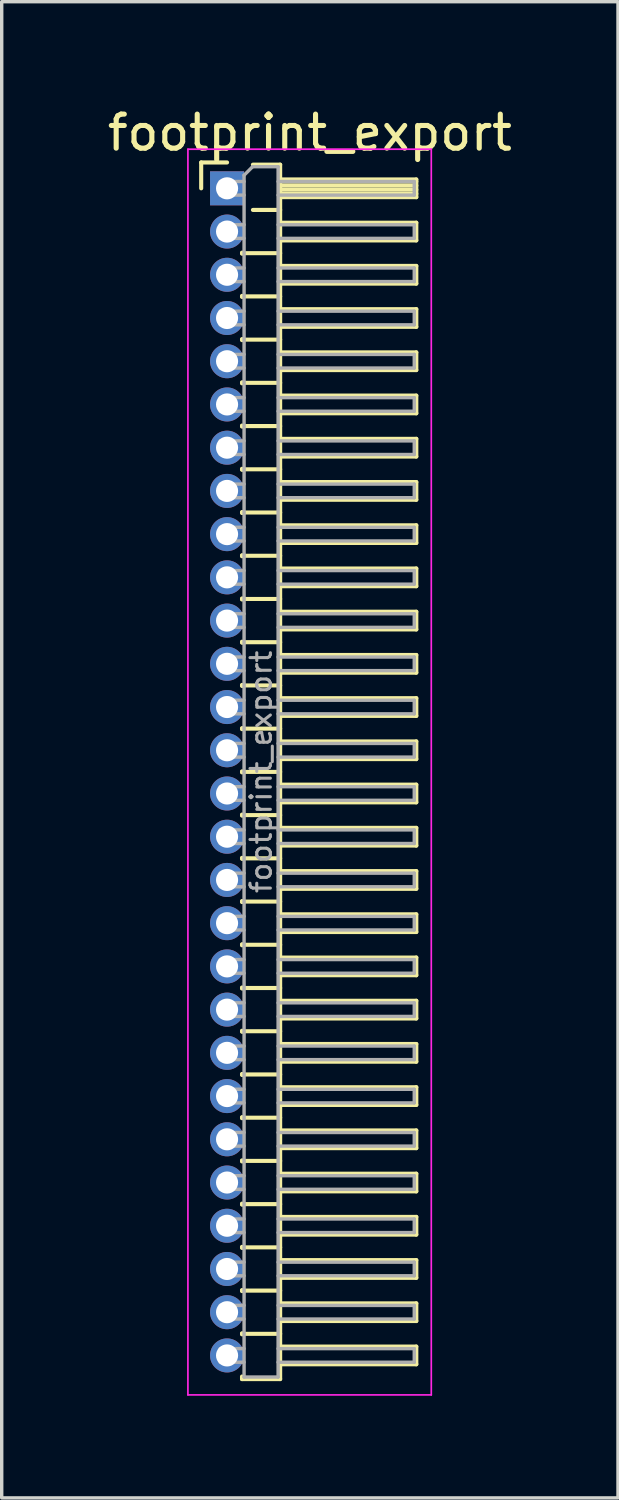
<source format=kicad_pcb>
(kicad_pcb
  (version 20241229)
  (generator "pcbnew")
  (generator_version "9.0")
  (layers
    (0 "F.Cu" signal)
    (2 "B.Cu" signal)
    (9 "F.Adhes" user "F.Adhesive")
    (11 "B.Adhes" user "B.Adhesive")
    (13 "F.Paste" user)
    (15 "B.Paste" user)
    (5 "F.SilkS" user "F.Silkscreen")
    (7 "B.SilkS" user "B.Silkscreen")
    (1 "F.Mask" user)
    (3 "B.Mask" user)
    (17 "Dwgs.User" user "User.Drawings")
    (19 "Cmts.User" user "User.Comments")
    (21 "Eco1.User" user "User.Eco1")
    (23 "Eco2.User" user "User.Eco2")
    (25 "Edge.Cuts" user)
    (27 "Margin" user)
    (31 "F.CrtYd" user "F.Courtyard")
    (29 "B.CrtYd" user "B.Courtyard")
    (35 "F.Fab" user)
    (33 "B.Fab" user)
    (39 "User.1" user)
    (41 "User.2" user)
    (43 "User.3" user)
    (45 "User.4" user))
  (footprint "footprint_export"
    (layer "F.Cu")
    (at 3.621 2.483)
    (property "Reference" "footprint_export" (at 2.433 -1.635 0) (layer "F.SilkS") (effects (font (size 1 1) (thickness 0.15))))
    (attr through_hole)
    (fp_line (start -0.76 -0.76) (end 0 -0.76) (stroke (width 0.12) (type solid)) (layer "F.SilkS"))
    (fp_line (start -0.76 0) (end -0.76 -0.76) (stroke (width 0.12) (type solid)) (layer "F.SilkS"))
    (fp_line (start 0.44 1.89) (end 0.44 1.92) (stroke (width 0.12) (type solid)) (layer "F.SilkS"))
    (fp_line (start 0.44 1.905) (end 1.56 1.905) (stroke (width 0.12) (type solid)) (layer "F.SilkS"))
    (fp_line (start 0.44 3.16) (end 0.44 3.19) (stroke (width 0.12) (type solid)) (layer "F.SilkS"))
    (fp_line (start 0.44 3.175) (end 1.56 3.175) (stroke (width 0.12) (type solid)) (layer "F.SilkS"))
    (fp_line (start 0.44 4.43) (end 0.44 4.46) (stroke (width 0.12) (type solid)) (layer "F.SilkS"))
    (fp_line (start 0.44 4.445) (end 1.56 4.445) (stroke (width 0.12) (type solid)) (layer "F.SilkS"))
    (fp_line (start 0.44 5.7) (end 0.44 5.73) (stroke (width 0.12) (type solid)) (layer "F.SilkS"))
    (fp_line (start 0.44 5.715) (end 1.56 5.715) (stroke (width 0.12) (type solid)) (layer "F.SilkS"))
    (fp_line (start 0.44 6.97) (end 0.44 7) (stroke (width 0.12) (type solid)) (layer "F.SilkS"))
    (fp_line (start 0.44 6.985) (end 1.56 6.985) (stroke (width 0.12) (type solid)) (layer "F.SilkS"))
    (fp_line (start 0.44 8.24) (end 0.44 8.27) (stroke (width 0.12) (type solid)) (layer "F.SilkS"))
    (fp_line (start 0.44 8.255) (end 1.56 8.255) (stroke (width 0.12) (type solid)) (layer "F.SilkS"))
    (fp_line (start 0.44 9.51) (end 0.44 9.54) (stroke (width 0.12) (type solid)) (layer "F.SilkS"))
    (fp_line (start 0.44 9.525) (end 1.56 9.525) (stroke (width 0.12) (type solid)) (layer "F.SilkS"))
    (fp_line (start 0.44 10.78) (end 0.44 10.81) (stroke (width 0.12) (type solid)) (layer "F.SilkS"))
    (fp_line (start 0.44 10.795) (end 1.56 10.795) (stroke (width 0.12) (type solid)) (layer "F.SilkS"))
    (fp_line (start 0.44 12.05) (end 0.44 12.08) (stroke (width 0.12) (type solid)) (layer "F.SilkS"))
    (fp_line (start 0.44 12.065) (end 1.56 12.065) (stroke (width 0.12) (type solid)) (layer "F.SilkS"))
    (fp_line (start 0.44 13.32) (end 0.44 13.35) (stroke (width 0.12) (type solid)) (layer "F.SilkS"))
    (fp_line (start 0.44 13.335) (end 1.56 13.335) (stroke (width 0.12) (type solid)) (layer "F.SilkS"))
    (fp_line (start 0.44 14.59) (end 0.44 14.62) (stroke (width 0.12) (type solid)) (layer "F.SilkS"))
    (fp_line (start 0.44 14.605) (end 1.56 14.605) (stroke (width 0.12) (type solid)) (layer "F.SilkS"))
    (fp_line (start 0.44 15.86) (end 0.44 15.89) (stroke (width 0.12) (type solid)) (layer "F.SilkS"))
    (fp_line (start 0.44 15.875) (end 1.56 15.875) (stroke (width 0.12) (type solid)) (layer "F.SilkS"))
    (fp_line (start 0.44 17.13) (end 0.44 17.16) (stroke (width 0.12) (type solid)) (layer "F.SilkS"))
    (fp_line (start 0.44 17.145) (end 1.56 17.145) (stroke (width 0.12) (type solid)) (layer "F.SilkS"))
    (fp_line (start 0.44 18.4) (end 0.44 18.43) (stroke (width 0.12) (type solid)) (layer "F.SilkS"))
    (fp_line (start 0.44 18.415) (end 1.56 18.415) (stroke (width 0.12) (type solid)) (layer "F.SilkS"))
    (fp_line (start 0.44 19.67) (end 0.44 19.7) (stroke (width 0.12) (type solid)) (layer "F.SilkS"))
    (fp_line (start 0.44 19.685) (end 1.56 19.685) (stroke (width 0.12) (type solid)) (layer "F.SilkS"))
    (fp_line (start 0.44 20.94) (end 0.44 20.97) (stroke (width 0.12) (type solid)) (layer "F.SilkS"))
    (fp_line (start 0.44 20.955) (end 1.56 20.955) (stroke (width 0.12) (type solid)) (layer "F.SilkS"))
    (fp_line (start 0.44 22.21) (end 0.44 22.24) (stroke (width 0.12) (type solid)) (layer "F.SilkS"))
    (fp_line (start 0.44 22.225) (end 1.56 22.225) (stroke (width 0.12) (type solid)) (layer "F.SilkS"))
    (fp_line (start 0.44 23.48) (end 0.44 23.51) (stroke (width 0.12) (type solid)) (layer "F.SilkS"))
    (fp_line (start 0.44 23.495) (end 1.56 23.495) (stroke (width 0.12) (type solid)) (layer "F.SilkS"))
    (fp_line (start 0.44 24.75) (end 0.44 24.78) (stroke (width 0.12) (type solid)) (layer "F.SilkS"))
    (fp_line (start 0.44 24.765) (end 1.56 24.765) (stroke (width 0.12) (type solid)) (layer "F.SilkS"))
    (fp_line (start 0.44 26.02) (end 0.44 26.05) (stroke (width 0.12) (type solid)) (layer "F.SilkS"))
    (fp_line (start 0.44 26.035) (end 1.56 26.035) (stroke (width 0.12) (type solid)) (layer "F.SilkS"))
    (fp_line (start 0.44 27.29) (end 0.44 27.32) (stroke (width 0.12) (type solid)) (layer "F.SilkS"))
    (fp_line (start 0.44 27.305) (end 1.56 27.305) (stroke (width 0.12) (type solid)) (layer "F.SilkS"))
    (fp_line (start 0.44 28.56) (end 0.44 28.59) (stroke (width 0.12) (type solid)) (layer "F.SilkS"))
    (fp_line (start 0.44 28.575) (end 1.56 28.575) (stroke (width 0.12) (type solid)) (layer "F.SilkS"))
    (fp_line (start 0.44 29.83) (end 0.44 29.86) (stroke (width 0.12) (type solid)) (layer "F.SilkS"))
    (fp_line (start 0.44 29.845) (end 1.56 29.845) (stroke (width 0.12) (type solid)) (layer "F.SilkS"))
    (fp_line (start 0.44 31.1) (end 0.44 31.13) (stroke (width 0.12) (type solid)) (layer "F.SilkS"))
    (fp_line (start 0.44 31.115) (end 1.56 31.115) (stroke (width 0.12) (type solid)) (layer "F.SilkS"))
    (fp_line (start 0.44 32.37) (end 0.44 32.4) (stroke (width 0.12) (type solid)) (layer "F.SilkS"))
    (fp_line (start 0.44 32.385) (end 1.56 32.385) (stroke (width 0.12) (type solid)) (layer "F.SilkS"))
    (fp_line (start 0.44 33.64) (end 0.44 33.67) (stroke (width 0.12) (type solid)) (layer "F.SilkS"))
    (fp_line (start 0.44 33.655) (end 1.56 33.655) (stroke (width 0.12) (type solid)) (layer "F.SilkS"))
    (fp_line (start 0.44 34.985) (end 0.44 34.91) (stroke (width 0.12) (type solid)) (layer "F.SilkS"))
    (fp_line (start 0.76 -0.695) (end 1.56 -0.695) (stroke (width 0.12) (type solid)) (layer "F.SilkS"))
    (fp_line (start 0.76 0.635) (end 1.56 0.635) (stroke (width 0.12) (type solid)) (layer "F.SilkS"))
    (fp_line (start 1.56 -0.695) (end 1.56 34.985) (stroke (width 0.12) (type solid)) (layer "F.SilkS"))
    (fp_line (start 1.56 -0.26) (end 5.56 -0.26) (stroke (width 0.12) (type solid)) (layer "F.SilkS"))
    (fp_line (start 1.56 -0.2) (end 5.56 -0.2) (stroke (width 0.12) (type solid)) (layer "F.SilkS"))
    (fp_line (start 1.56 -0.08) (end 5.56 -0.08) (stroke (width 0.12) (type solid)) (layer "F.SilkS"))
    (fp_line (start 1.56 0.04) (end 5.56 0.04) (stroke (width 0.12) (type solid)) (layer "F.SilkS"))
    (fp_line (start 1.56 0.16) (end 5.56 0.16) (stroke (width 0.12) (type solid)) (layer "F.SilkS"))
    (fp_line (start 1.56 1.01) (end 5.56 1.01) (stroke (width 0.12) (type solid)) (layer "F.SilkS"))
    (fp_line (start 1.56 2.28) (end 5.56 2.28) (stroke (width 0.12) (type solid)) (layer "F.SilkS"))
    (fp_line (start 1.56 3.55) (end 5.56 3.55) (stroke (width 0.12) (type solid)) (layer "F.SilkS"))
    (fp_line (start 1.56 4.82) (end 5.56 4.82) (stroke (width 0.12) (type solid)) (layer "F.SilkS"))
    (fp_line (start 1.56 6.09) (end 5.56 6.09) (stroke (width 0.12) (type solid)) (layer "F.SilkS"))
    (fp_line (start 1.56 7.36) (end 5.56 7.36) (stroke (width 0.12) (type solid)) (layer "F.SilkS"))
    (fp_line (start 1.56 8.63) (end 5.56 8.63) (stroke (width 0.12) (type solid)) (layer "F.SilkS"))
    (fp_line (start 1.56 9.9) (end 5.56 9.9) (stroke (width 0.12) (type solid)) (layer "F.SilkS"))
    (fp_line (start 1.56 11.17) (end 5.56 11.17) (stroke (width 0.12) (type solid)) (layer "F.SilkS"))
    (fp_line (start 1.56 12.44) (end 5.56 12.44) (stroke (width 0.12) (type solid)) (layer "F.SilkS"))
    (fp_line (start 1.56 13.71) (end 5.56 13.71) (stroke (width 0.12) (type solid)) (layer "F.SilkS"))
    (fp_line (start 1.56 14.98) (end 5.56 14.98) (stroke (width 0.12) (type solid)) (layer "F.SilkS"))
    (fp_line (start 1.56 16.25) (end 5.56 16.25) (stroke (width 0.12) (type solid)) (layer "F.SilkS"))
    (fp_line (start 1.56 17.52) (end 5.56 17.52) (stroke (width 0.12) (type solid)) (layer "F.SilkS"))
    (fp_line (start 1.56 18.79) (end 5.56 18.79) (stroke (width 0.12) (type solid)) (layer "F.SilkS"))
    (fp_line (start 1.56 20.06) (end 5.56 20.06) (stroke (width 0.12) (type solid)) (layer "F.SilkS"))
    (fp_line (start 1.56 21.33) (end 5.56 21.33) (stroke (width 0.12) (type solid)) (layer "F.SilkS"))
    (fp_line (start 1.56 22.6) (end 5.56 22.6) (stroke (width 0.12) (type solid)) (layer "F.SilkS"))
    (fp_line (start 1.56 23.87) (end 5.56 23.87) (stroke (width 0.12) (type solid)) (layer "F.SilkS"))
    (fp_line (start 1.56 25.14) (end 5.56 25.14) (stroke (width 0.12) (type solid)) (layer "F.SilkS"))
    (fp_line (start 1.56 26.41) (end 5.56 26.41) (stroke (width 0.12) (type solid)) (layer "F.SilkS"))
    (fp_line (start 1.56 27.68) (end 5.56 27.68) (stroke (width 0.12) (type solid)) (layer "F.SilkS"))
    (fp_line (start 1.56 28.95) (end 5.56 28.95) (stroke (width 0.12) (type solid)) (layer "F.SilkS"))
    (fp_line (start 1.56 30.22) (end 5.56 30.22) (stroke (width 0.12) (type solid)) (layer "F.SilkS"))
    (fp_line (start 1.56 31.49) (end 5.56 31.49) (stroke (width 0.12) (type solid)) (layer "F.SilkS"))
    (fp_line (start 1.56 32.76) (end 5.56 32.76) (stroke (width 0.12) (type solid)) (layer "F.SilkS"))
    (fp_line (start 1.56 34.03) (end 5.56 34.03) (stroke (width 0.12) (type solid)) (layer "F.SilkS"))
    (fp_line (start 1.56 34.985) (end 0.44 34.985) (stroke (width 0.12) (type solid)) (layer "F.SilkS"))
    (fp_line (start 5.56 -0.26) (end 5.56 0.26) (stroke (width 0.12) (type solid)) (layer "F.SilkS"))
    (fp_line (start 5.56 0.26) (end 1.56 0.26) (stroke (width 0.12) (type solid)) (layer "F.SilkS"))
    (fp_line (start 5.56 1.01) (end 5.56 1.53) (stroke (width 0.12) (type solid)) (layer "F.SilkS"))
    (fp_line (start 5.56 1.53) (end 1.56 1.53) (stroke (width 0.12) (type solid)) (layer "F.SilkS"))
    (fp_line (start 5.56 2.28) (end 5.56 2.8) (stroke (width 0.12) (type solid)) (layer "F.SilkS"))
    (fp_line (start 5.56 2.8) (end 1.56 2.8) (stroke (width 0.12) (type solid)) (layer "F.SilkS"))
    (fp_line (start 5.56 3.55) (end 5.56 4.07) (stroke (width 0.12) (type solid)) (layer "F.SilkS"))
    (fp_line (start 5.56 4.07) (end 1.56 4.07) (stroke (width 0.12) (type solid)) (layer "F.SilkS"))
    (fp_line (start 5.56 4.82) (end 5.56 5.34) (stroke (width 0.12) (type solid)) (layer "F.SilkS"))
    (fp_line (start 5.56 5.34) (end 1.56 5.34) (stroke (width 0.12) (type solid)) (layer "F.SilkS"))
    (fp_line (start 5.56 6.09) (end 5.56 6.61) (stroke (width 0.12) (type solid)) (layer "F.SilkS"))
    (fp_line (start 5.56 6.61) (end 1.56 6.61) (stroke (width 0.12) (type solid)) (layer "F.SilkS"))
    (fp_line (start 5.56 7.36) (end 5.56 7.88) (stroke (width 0.12) (type solid)) (layer "F.SilkS"))
    (fp_line (start 5.56 7.88) (end 1.56 7.88) (stroke (width 0.12) (type solid)) (layer "F.SilkS"))
    (fp_line (start 5.56 8.63) (end 5.56 9.15) (stroke (width 0.12) (type solid)) (layer "F.SilkS"))
    (fp_line (start 5.56 9.15) (end 1.56 9.15) (stroke (width 0.12) (type solid)) (layer "F.SilkS"))
    (fp_line (start 5.56 9.9) (end 5.56 10.42) (stroke (width 0.12) (type solid)) (layer "F.SilkS"))
    (fp_line (start 5.56 10.42) (end 1.56 10.42) (stroke (width 0.12) (type solid)) (layer "F.SilkS"))
    (fp_line (start 5.56 11.17) (end 5.56 11.69) (stroke (width 0.12) (type solid)) (layer "F.SilkS"))
    (fp_line (start 5.56 11.69) (end 1.56 11.69) (stroke (width 0.12) (type solid)) (layer "F.SilkS"))
    (fp_line (start 5.56 12.44) (end 5.56 12.96) (stroke (width 0.12) (type solid)) (layer "F.SilkS"))
    (fp_line (start 5.56 12.96) (end 1.56 12.96) (stroke (width 0.12) (type solid)) (layer "F.SilkS"))
    (fp_line (start 5.56 13.71) (end 5.56 14.23) (stroke (width 0.12) (type solid)) (layer "F.SilkS"))
    (fp_line (start 5.56 14.23) (end 1.56 14.23) (stroke (width 0.12) (type solid)) (layer "F.SilkS"))
    (fp_line (start 5.56 14.98) (end 5.56 15.5) (stroke (width 0.12) (type solid)) (layer "F.SilkS"))
    (fp_line (start 5.56 15.5) (end 1.56 15.5) (stroke (width 0.12) (type solid)) (layer "F.SilkS"))
    (fp_line (start 5.56 16.25) (end 5.56 16.77) (stroke (width 0.12) (type solid)) (layer "F.SilkS"))
    (fp_line (start 5.56 16.77) (end 1.56 16.77) (stroke (width 0.12) (type solid)) (layer "F.SilkS"))
    (fp_line (start 5.56 17.52) (end 5.56 18.04) (stroke (width 0.12) (type solid)) (layer "F.SilkS"))
    (fp_line (start 5.56 18.04) (end 1.56 18.04) (stroke (width 0.12) (type solid)) (layer "F.SilkS"))
    (fp_line (start 5.56 18.79) (end 5.56 19.31) (stroke (width 0.12) (type solid)) (layer "F.SilkS"))
    (fp_line (start 5.56 19.31) (end 1.56 19.31) (stroke (width 0.12) (type solid)) (layer "F.SilkS"))
    (fp_line (start 5.56 20.06) (end 5.56 20.58) (stroke (width 0.12) (type solid)) (layer "F.SilkS"))
    (fp_line (start 5.56 20.58) (end 1.56 20.58) (stroke (width 0.12) (type solid)) (layer "F.SilkS"))
    (fp_line (start 5.56 21.33) (end 5.56 21.85) (stroke (width 0.12) (type solid)) (layer "F.SilkS"))
    (fp_line (start 5.56 21.85) (end 1.56 21.85) (stroke (width 0.12) (type solid)) (layer "F.SilkS"))
    (fp_line (start 5.56 22.6) (end 5.56 23.12) (stroke (width 0.12) (type solid)) (layer "F.SilkS"))
    (fp_line (start 5.56 23.12) (end 1.56 23.12) (stroke (width 0.12) (type solid)) (layer "F.SilkS"))
    (fp_line (start 5.56 23.87) (end 5.56 24.39) (stroke (width 0.12) (type solid)) (layer "F.SilkS"))
    (fp_line (start 5.56 24.39) (end 1.56 24.39) (stroke (width 0.12) (type solid)) (layer "F.SilkS"))
    (fp_line (start 5.56 25.14) (end 5.56 25.66) (stroke (width 0.12) (type solid)) (layer "F.SilkS"))
    (fp_line (start 5.56 25.66) (end 1.56 25.66) (stroke (width 0.12) (type solid)) (layer "F.SilkS"))
    (fp_line (start 5.56 26.41) (end 5.56 26.93) (stroke (width 0.12) (type solid)) (layer "F.SilkS"))
    (fp_line (start 5.56 26.93) (end 1.56 26.93) (stroke (width 0.12) (type solid)) (layer "F.SilkS"))
    (fp_line (start 5.56 27.68) (end 5.56 28.2) (stroke (width 0.12) (type solid)) (layer "F.SilkS"))
    (fp_line (start 5.56 28.2) (end 1.56 28.2) (stroke (width 0.12) (type solid)) (layer "F.SilkS"))
    (fp_line (start 5.56 28.95) (end 5.56 29.47) (stroke (width 0.12) (type solid)) (layer "F.SilkS"))
    (fp_line (start 5.56 29.47) (end 1.56 29.47) (stroke (width 0.12) (type solid)) (layer "F.SilkS"))
    (fp_line (start 5.56 30.22) (end 5.56 30.74) (stroke (width 0.12) (type solid)) (layer "F.SilkS"))
    (fp_line (start 5.56 30.74) (end 1.56 30.74) (stroke (width 0.12) (type solid)) (layer "F.SilkS"))
    (fp_line (start 5.56 31.49) (end 5.56 32.01) (stroke (width 0.12) (type solid)) (layer "F.SilkS"))
    (fp_line (start 5.56 32.01) (end 1.56 32.01) (stroke (width 0.12) (type solid)) (layer "F.SilkS"))
    (fp_line (start 5.56 32.76) (end 5.56 33.28) (stroke (width 0.12) (type solid)) (layer "F.SilkS"))
    (fp_line (start 5.56 33.28) (end 1.56 33.28) (stroke (width 0.12) (type solid)) (layer "F.SilkS"))
    (fp_line (start 5.56 34.03) (end 5.56 34.55) (stroke (width 0.12) (type solid)) (layer "F.SilkS"))
    (fp_line (start 5.56 34.55) (end 1.56 34.55) (stroke (width 0.12) (type solid)) (layer "F.SilkS"))
    (fp_line (start -1.15 -1.15) (end -1.15 35.45) (stroke (width 0.05) (type solid)) (layer "F.CrtYd"))
    (fp_line (start -1.15 35.45) (end 6 35.45) (stroke (width 0.05) (type solid)) (layer "F.CrtYd"))
    (fp_line (start 6 -1.15) (end -1.15 -1.15) (stroke (width 0.05) (type solid)) (layer "F.CrtYd"))
    (fp_line (start 6 35.45) (end 6 -1.15) (stroke (width 0.05) (type solid)) (layer "F.CrtYd"))
    (fp_line (start -0.2 -0.2) (end -0.2 0.2) (stroke (width 0.1) (type solid)) (layer "F.Fab"))
    (fp_line (start -0.2 -0.2) (end 0.5 -0.2) (stroke (width 0.1) (type solid)) (layer "F.Fab"))
    (fp_line (start -0.2 0.2) (end 0.5 0.2) (stroke (width 0.1) (type solid)) (layer "F.Fab"))
    (fp_line (start -0.2 1.07) (end -0.2 1.47) (stroke (width 0.1) (type solid)) (layer "F.Fab"))
    (fp_line (start -0.2 1.07) (end 0.5 1.07) (stroke (width 0.1) (type solid)) (layer "F.Fab"))
    (fp_line (start -0.2 1.47) (end 0.5 1.47) (stroke (width 0.1) (type solid)) (layer "F.Fab"))
    (fp_line (start -0.2 2.34) (end -0.2 2.74) (stroke (width 0.1) (type solid)) (layer "F.Fab"))
    (fp_line (start -0.2 2.34) (end 0.5 2.34) (stroke (width 0.1) (type solid)) (layer "F.Fab"))
    (fp_line (start -0.2 2.74) (end 0.5 2.74) (stroke (width 0.1) (type solid)) (layer "F.Fab"))
    (fp_line (start -0.2 3.61) (end -0.2 4.01) (stroke (width 0.1) (type solid)) (layer "F.Fab"))
    (fp_line (start -0.2 3.61) (end 0.5 3.61) (stroke (width 0.1) (type solid)) (layer "F.Fab"))
    (fp_line (start -0.2 4.01) (end 0.5 4.01) (stroke (width 0.1) (type solid)) (layer "F.Fab"))
    (fp_line (start -0.2 4.88) (end -0.2 5.28) (stroke (width 0.1) (type solid)) (layer "F.Fab"))
    (fp_line (start -0.2 4.88) (end 0.5 4.88) (stroke (width 0.1) (type solid)) (layer "F.Fab"))
    (fp_line (start -0.2 5.28) (end 0.5 5.28) (stroke (width 0.1) (type solid)) (layer "F.Fab"))
    (fp_line (start -0.2 6.15) (end -0.2 6.55) (stroke (width 0.1) (type solid)) (layer "F.Fab"))
    (fp_line (start -0.2 6.15) (end 0.5 6.15) (stroke (width 0.1) (type solid)) (layer "F.Fab"))
    (fp_line (start -0.2 6.55) (end 0.5 6.55) (stroke (width 0.1) (type solid)) (layer "F.Fab"))
    (fp_line (start -0.2 7.42) (end -0.2 7.82) (stroke (width 0.1) (type solid)) (layer "F.Fab"))
    (fp_line (start -0.2 7.42) (end 0.5 7.42) (stroke (width 0.1) (type solid)) (layer "F.Fab"))
    (fp_line (start -0.2 7.82) (end 0.5 7.82) (stroke (width 0.1) (type solid)) (layer "F.Fab"))
    (fp_line (start -0.2 8.69) (end -0.2 9.09) (stroke (width 0.1) (type solid)) (layer "F.Fab"))
    (fp_line (start -0.2 8.69) (end 0.5 8.69) (stroke (width 0.1) (type solid)) (layer "F.Fab"))
    (fp_line (start -0.2 9.09) (end 0.5 9.09) (stroke (width 0.1) (type solid)) (layer "F.Fab"))
    (fp_line (start -0.2 9.96) (end -0.2 10.36) (stroke (width 0.1) (type solid)) (layer "F.Fab"))
    (fp_line (start -0.2 9.96) (end 0.5 9.96) (stroke (width 0.1) (type solid)) (layer "F.Fab"))
    (fp_line (start -0.2 10.36) (end 0.5 10.36) (stroke (width 0.1) (type solid)) (layer "F.Fab"))
    (fp_line (start -0.2 11.23) (end -0.2 11.63) (stroke (width 0.1) (type solid)) (layer "F.Fab"))
    (fp_line (start -0.2 11.23) (end 0.5 11.23) (stroke (width 0.1) (type solid)) (layer "F.Fab"))
    (fp_line (start -0.2 11.63) (end 0.5 11.63) (stroke (width 0.1) (type solid)) (layer "F.Fab"))
    (fp_line (start -0.2 12.5) (end -0.2 12.9) (stroke (width 0.1) (type solid)) (layer "F.Fab"))
    (fp_line (start -0.2 12.5) (end 0.5 12.5) (stroke (width 0.1) (type solid)) (layer "F.Fab"))
    (fp_line (start -0.2 12.9) (end 0.5 12.9) (stroke (width 0.1) (type solid)) (layer "F.Fab"))
    (fp_line (start -0.2 13.77) (end -0.2 14.17) (stroke (width 0.1) (type solid)) (layer "F.Fab"))
    (fp_line (start -0.2 13.77) (end 0.5 13.77) (stroke (width 0.1) (type solid)) (layer "F.Fab"))
    (fp_line (start -0.2 14.17) (end 0.5 14.17) (stroke (width 0.1) (type solid)) (layer "F.Fab"))
    (fp_line (start -0.2 15.04) (end -0.2 15.44) (stroke (width 0.1) (type solid)) (layer "F.Fab"))
    (fp_line (start -0.2 15.04) (end 0.5 15.04) (stroke (width 0.1) (type solid)) (layer "F.Fab"))
    (fp_line (start -0.2 15.44) (end 0.5 15.44) (stroke (width 0.1) (type solid)) (layer "F.Fab"))
    (fp_line (start -0.2 16.31) (end -0.2 16.71) (stroke (width 0.1) (type solid)) (layer "F.Fab"))
    (fp_line (start -0.2 16.31) (end 0.5 16.31) (stroke (width 0.1) (type solid)) (layer "F.Fab"))
    (fp_line (start -0.2 16.71) (end 0.5 16.71) (stroke (width 0.1) (type solid)) (layer "F.Fab"))
    (fp_line (start -0.2 17.58) (end -0.2 17.98) (stroke (width 0.1) (type solid)) (layer "F.Fab"))
    (fp_line (start -0.2 17.58) (end 0.5 17.58) (stroke (width 0.1) (type solid)) (layer "F.Fab"))
    (fp_line (start -0.2 17.98) (end 0.5 17.98) (stroke (width 0.1) (type solid)) (layer "F.Fab"))
    (fp_line (start -0.2 18.85) (end -0.2 19.25) (stroke (width 0.1) (type solid)) (layer "F.Fab"))
    (fp_line (start -0.2 18.85) (end 0.5 18.85) (stroke (width 0.1) (type solid)) (layer "F.Fab"))
    (fp_line (start -0.2 19.25) (end 0.5 19.25) (stroke (width 0.1) (type solid)) (layer "F.Fab"))
    (fp_line (start -0.2 20.12) (end -0.2 20.52) (stroke (width 0.1) (type solid)) (layer "F.Fab"))
    (fp_line (start -0.2 20.12) (end 0.5 20.12) (stroke (width 0.1) (type solid)) (layer "F.Fab"))
    (fp_line (start -0.2 20.52) (end 0.5 20.52) (stroke (width 0.1) (type solid)) (layer "F.Fab"))
    (fp_line (start -0.2 21.39) (end -0.2 21.79) (stroke (width 0.1) (type solid)) (layer "F.Fab"))
    (fp_line (start -0.2 21.39) (end 0.5 21.39) (stroke (width 0.1) (type solid)) (layer "F.Fab"))
    (fp_line (start -0.2 21.79) (end 0.5 21.79) (stroke (width 0.1) (type solid)) (layer "F.Fab"))
    (fp_line (start -0.2 22.66) (end -0.2 23.06) (stroke (width 0.1) (type solid)) (layer "F.Fab"))
    (fp_line (start -0.2 22.66) (end 0.5 22.66) (stroke (width 0.1) (type solid)) (layer "F.Fab"))
    (fp_line (start -0.2 23.06) (end 0.5 23.06) (stroke (width 0.1) (type solid)) (layer "F.Fab"))
    (fp_line (start -0.2 23.93) (end -0.2 24.33) (stroke (width 0.1) (type solid)) (layer "F.Fab"))
    (fp_line (start -0.2 23.93) (end 0.5 23.93) (stroke (width 0.1) (type solid)) (layer "F.Fab"))
    (fp_line (start -0.2 24.33) (end 0.5 24.33) (stroke (width 0.1) (type solid)) (layer "F.Fab"))
    (fp_line (start -0.2 25.2) (end -0.2 25.6) (stroke (width 0.1) (type solid)) (layer "F.Fab"))
    (fp_line (start -0.2 25.2) (end 0.5 25.2) (stroke (width 0.1) (type solid)) (layer "F.Fab"))
    (fp_line (start -0.2 25.6) (end 0.5 25.6) (stroke (width 0.1) (type solid)) (layer "F.Fab"))
    (fp_line (start -0.2 26.47) (end -0.2 26.87) (stroke (width 0.1) (type solid)) (layer "F.Fab"))
    (fp_line (start -0.2 26.47) (end 0.5 26.47) (stroke (width 0.1) (type solid)) (layer "F.Fab"))
    (fp_line (start -0.2 26.87) (end 0.5 26.87) (stroke (width 0.1) (type solid)) (layer "F.Fab"))
    (fp_line (start -0.2 27.74) (end -0.2 28.14) (stroke (width 0.1) (type solid)) (layer "F.Fab"))
    (fp_line (start -0.2 27.74) (end 0.5 27.74) (stroke (width 0.1) (type solid)) (layer "F.Fab"))
    (fp_line (start -0.2 28.14) (end 0.5 28.14) (stroke (width 0.1) (type solid)) (layer "F.Fab"))
    (fp_line (start -0.2 29.01) (end -0.2 29.41) (stroke (width 0.1) (type solid)) (layer "F.Fab"))
    (fp_line (start -0.2 29.01) (end 0.5 29.01) (stroke (width 0.1) (type solid)) (layer "F.Fab"))
    (fp_line (start -0.2 29.41) (end 0.5 29.41) (stroke (width 0.1) (type solid)) (layer "F.Fab"))
    (fp_line (start -0.2 30.28) (end -0.2 30.68) (stroke (width 0.1) (type solid)) (layer "F.Fab"))
    (fp_line (start -0.2 30.28) (end 0.5 30.28) (stroke (width 0.1) (type solid)) (layer "F.Fab"))
    (fp_line (start -0.2 30.68) (end 0.5 30.68) (stroke (width 0.1) (type solid)) (layer "F.Fab"))
    (fp_line (start -0.2 31.55) (end -0.2 31.95) (stroke (width 0.1) (type solid)) (layer "F.Fab"))
    (fp_line (start -0.2 31.55) (end 0.5 31.55) (stroke (width 0.1) (type solid)) (layer "F.Fab"))
    (fp_line (start -0.2 31.95) (end 0.5 31.95) (stroke (width 0.1) (type solid)) (layer "F.Fab"))
    (fp_line (start -0.2 32.82) (end -0.2 33.22) (stroke (width 0.1) (type solid)) (layer "F.Fab"))
    (fp_line (start -0.2 32.82) (end 0.5 32.82) (stroke (width 0.1) (type solid)) (layer "F.Fab"))
    (fp_line (start -0.2 33.22) (end 0.5 33.22) (stroke (width 0.1) (type solid)) (layer "F.Fab"))
    (fp_line (start -0.2 34.09) (end -0.2 34.49) (stroke (width 0.1) (type solid)) (layer "F.Fab"))
    (fp_line (start -0.2 34.09) (end 0.5 34.09) (stroke (width 0.1) (type solid)) (layer "F.Fab"))
    (fp_line (start -0.2 34.49) (end 0.5 34.49) (stroke (width 0.1) (type solid)) (layer "F.Fab"))
    (fp_line (start 0.5 -0.385) (end 0.75 -0.635) (stroke (width 0.1) (type solid)) (layer "F.Fab"))
    (fp_line (start 0.5 34.925) (end 0.5 -0.385) (stroke (width 0.1) (type solid)) (layer "F.Fab"))
    (fp_line (start 0.75 -0.635) (end 1.5 -0.635) (stroke (width 0.1) (type solid)) (layer "F.Fab"))
    (fp_line (start 1.5 -0.635) (end 1.5 34.925) (stroke (width 0.1) (type solid)) (layer "F.Fab"))
    (fp_line (start 1.5 -0.2) (end 5.5 -0.2) (stroke (width 0.1) (type solid)) (layer "F.Fab"))
    (fp_line (start 1.5 0.2) (end 5.5 0.2) (stroke (width 0.1) (type solid)) (layer "F.Fab"))
    (fp_line (start 1.5 1.07) (end 5.5 1.07) (stroke (width 0.1) (type solid)) (layer "F.Fab"))
    (fp_line (start 1.5 1.47) (end 5.5 1.47) (stroke (width 0.1) (type solid)) (layer "F.Fab"))
    (fp_line (start 1.5 2.34) (end 5.5 2.34) (stroke (width 0.1) (type solid)) (layer "F.Fab"))
    (fp_line (start 1.5 2.74) (end 5.5 2.74) (stroke (width 0.1) (type solid)) (layer "F.Fab"))
    (fp_line (start 1.5 3.61) (end 5.5 3.61) (stroke (width 0.1) (type solid)) (layer "F.Fab"))
    (fp_line (start 1.5 4.01) (end 5.5 4.01) (stroke (width 0.1) (type solid)) (layer "F.Fab"))
    (fp_line (start 1.5 4.88) (end 5.5 4.88) (stroke (width 0.1) (type solid)) (layer "F.Fab"))
    (fp_line (start 1.5 5.28) (end 5.5 5.28) (stroke (width 0.1) (type solid)) (layer "F.Fab"))
    (fp_line (start 1.5 6.15) (end 5.5 6.15) (stroke (width 0.1) (type solid)) (layer "F.Fab"))
    (fp_line (start 1.5 6.55) (end 5.5 6.55) (stroke (width 0.1) (type solid)) (layer "F.Fab"))
    (fp_line (start 1.5 7.42) (end 5.5 7.42) (stroke (width 0.1) (type solid)) (layer "F.Fab"))
    (fp_line (start 1.5 7.82) (end 5.5 7.82) (stroke (width 0.1) (type solid)) (layer "F.Fab"))
    (fp_line (start 1.5 8.69) (end 5.5 8.69) (stroke (width 0.1) (type solid)) (layer "F.Fab"))
    (fp_line (start 1.5 9.09) (end 5.5 9.09) (stroke (width 0.1) (type solid)) (layer "F.Fab"))
    (fp_line (start 1.5 9.96) (end 5.5 9.96) (stroke (width 0.1) (type solid)) (layer "F.Fab"))
    (fp_line (start 1.5 10.36) (end 5.5 10.36) (stroke (width 0.1) (type solid)) (layer "F.Fab"))
    (fp_line (start 1.5 11.23) (end 5.5 11.23) (stroke (width 0.1) (type solid)) (layer "F.Fab"))
    (fp_line (start 1.5 11.63) (end 5.5 11.63) (stroke (width 0.1) (type solid)) (layer "F.Fab"))
    (fp_line (start 1.5 12.5) (end 5.5 12.5) (stroke (width 0.1) (type solid)) (layer "F.Fab"))
    (fp_line (start 1.5 12.9) (end 5.5 12.9) (stroke (width 0.1) (type solid)) (layer "F.Fab"))
    (fp_line (start 1.5 13.77) (end 5.5 13.77) (stroke (width 0.1) (type solid)) (layer "F.Fab"))
    (fp_line (start 1.5 14.17) (end 5.5 14.17) (stroke (width 0.1) (type solid)) (layer "F.Fab"))
    (fp_line (start 1.5 15.04) (end 5.5 15.04) (stroke (width 0.1) (type solid)) (layer "F.Fab"))
    (fp_line (start 1.5 15.44) (end 5.5 15.44) (stroke (width 0.1) (type solid)) (layer "F.Fab"))
    (fp_line (start 1.5 16.31) (end 5.5 16.31) (stroke (width 0.1) (type solid)) (layer "F.Fab"))
    (fp_line (start 1.5 16.71) (end 5.5 16.71) (stroke (width 0.1) (type solid)) (layer "F.Fab"))
    (fp_line (start 1.5 17.58) (end 5.5 17.58) (stroke (width 0.1) (type solid)) (layer "F.Fab"))
    (fp_line (start 1.5 17.98) (end 5.5 17.98) (stroke (width 0.1) (type solid)) (layer "F.Fab"))
    (fp_line (start 1.5 18.85) (end 5.5 18.85) (stroke (width 0.1) (type solid)) (layer "F.Fab"))
    (fp_line (start 1.5 19.25) (end 5.5 19.25) (stroke (width 0.1) (type solid)) (layer "F.Fab"))
    (fp_line (start 1.5 20.12) (end 5.5 20.12) (stroke (width 0.1) (type solid)) (layer "F.Fab"))
    (fp_line (start 1.5 20.52) (end 5.5 20.52) (stroke (width 0.1) (type solid)) (layer "F.Fab"))
    (fp_line (start 1.5 21.39) (end 5.5 21.39) (stroke (width 0.1) (type solid)) (layer "F.Fab"))
    (fp_line (start 1.5 21.79) (end 5.5 21.79) (stroke (width 0.1) (type solid)) (layer "F.Fab"))
    (fp_line (start 1.5 22.66) (end 5.5 22.66) (stroke (width 0.1) (type solid)) (layer "F.Fab"))
    (fp_line (start 1.5 23.06) (end 5.5 23.06) (stroke (width 0.1) (type solid)) (layer "F.Fab"))
    (fp_line (start 1.5 23.93) (end 5.5 23.93) (stroke (width 0.1) (type solid)) (layer "F.Fab"))
    (fp_line (start 1.5 24.33) (end 5.5 24.33) (stroke (width 0.1) (type solid)) (layer "F.Fab"))
    (fp_line (start 1.5 25.2) (end 5.5 25.2) (stroke (width 0.1) (type solid)) (layer "F.Fab"))
    (fp_line (start 1.5 25.6) (end 5.5 25.6) (stroke (width 0.1) (type solid)) (layer "F.Fab"))
    (fp_line (start 1.5 26.47) (end 5.5 26.47) (stroke (width 0.1) (type solid)) (layer "F.Fab"))
    (fp_line (start 1.5 26.87) (end 5.5 26.87) (stroke (width 0.1) (type solid)) (layer "F.Fab"))
    (fp_line (start 1.5 27.74) (end 5.5 27.74) (stroke (width 0.1) (type solid)) (layer "F.Fab"))
    (fp_line (start 1.5 28.14) (end 5.5 28.14) (stroke (width 0.1) (type solid)) (layer "F.Fab"))
    (fp_line (start 1.5 29.01) (end 5.5 29.01) (stroke (width 0.1) (type solid)) (layer "F.Fab"))
    (fp_line (start 1.5 29.41) (end 5.5 29.41) (stroke (width 0.1) (type solid)) (layer "F.Fab"))
    (fp_line (start 1.5 30.28) (end 5.5 30.28) (stroke (width 0.1) (type solid)) (layer "F.Fab"))
    (fp_line (start 1.5 30.68) (end 5.5 30.68) (stroke (width 0.1) (type solid)) (layer "F.Fab"))
    (fp_line (start 1.5 31.55) (end 5.5 31.55) (stroke (width 0.1) (type solid)) (layer "F.Fab"))
    (fp_line (start 1.5 31.95) (end 5.5 31.95) (stroke (width 0.1) (type solid)) (layer "F.Fab"))
    (fp_line (start 1.5 32.82) (end 5.5 32.82) (stroke (width 0.1) (type solid)) (layer "F.Fab"))
    (fp_line (start 1.5 33.22) (end 5.5 33.22) (stroke (width 0.1) (type solid)) (layer "F.Fab"))
    (fp_line (start 1.5 34.09) (end 5.5 34.09) (stroke (width 0.1) (type solid)) (layer "F.Fab"))
    (fp_line (start 1.5 34.49) (end 5.5 34.49) (stroke (width 0.1) (type solid)) (layer "F.Fab"))
    (fp_line (start 1.5 34.925) (end 0.5 34.925) (stroke (width 0.1) (type solid)) (layer "F.Fab"))
    (fp_line (start 5.5 -0.2) (end 5.5 0.2) (stroke (width 0.1) (type solid)) (layer "F.Fab"))
    (fp_line (start 5.5 1.07) (end 5.5 1.47) (stroke (width 0.1) (type solid)) (layer "F.Fab"))
    (fp_line (start 5.5 2.34) (end 5.5 2.74) (stroke (width 0.1) (type solid)) (layer "F.Fab"))
    (fp_line (start 5.5 3.61) (end 5.5 4.01) (stroke (width 0.1) (type solid)) (layer "F.Fab"))
    (fp_line (start 5.5 4.88) (end 5.5 5.28) (stroke (width 0.1) (type solid)) (layer "F.Fab"))
    (fp_line (start 5.5 6.15) (end 5.5 6.55) (stroke (width 0.1) (type solid)) (layer "F.Fab"))
    (fp_line (start 5.5 7.42) (end 5.5 7.82) (stroke (width 0.1) (type solid)) (layer "F.Fab"))
    (fp_line (start 5.5 8.69) (end 5.5 9.09) (stroke (width 0.1) (type solid)) (layer "F.Fab"))
    (fp_line (start 5.5 9.96) (end 5.5 10.36) (stroke (width 0.1) (type solid)) (layer "F.Fab"))
    (fp_line (start 5.5 11.23) (end 5.5 11.63) (stroke (width 0.1) (type solid)) (layer "F.Fab"))
    (fp_line (start 5.5 12.5) (end 5.5 12.9) (stroke (width 0.1) (type solid)) (layer "F.Fab"))
    (fp_line (start 5.5 13.77) (end 5.5 14.17) (stroke (width 0.1) (type solid)) (layer "F.Fab"))
    (fp_line (start 5.5 15.04) (end 5.5 15.44) (stroke (width 0.1) (type solid)) (layer "F.Fab"))
    (fp_line (start 5.5 16.31) (end 5.5 16.71) (stroke (width 0.1) (type solid)) (layer "F.Fab"))
    (fp_line (start 5.5 17.58) (end 5.5 17.98) (stroke (width 0.1) (type solid)) (layer "F.Fab"))
    (fp_line (start 5.5 18.85) (end 5.5 19.25) (stroke (width 0.1) (type solid)) (layer "F.Fab"))
    (fp_line (start 5.5 20.12) (end 5.5 20.52) (stroke (width 0.1) (type solid)) (layer "F.Fab"))
    (fp_line (start 5.5 21.39) (end 5.5 21.79) (stroke (width 0.1) (type solid)) (layer "F.Fab"))
    (fp_line (start 5.5 22.66) (end 5.5 23.06) (stroke (width 0.1) (type solid)) (layer "F.Fab"))
    (fp_line (start 5.5 23.93) (end 5.5 24.33) (stroke (width 0.1) (type solid)) (layer "F.Fab"))
    (fp_line (start 5.5 25.2) (end 5.5 25.6) (stroke (width 0.1) (type solid)) (layer "F.Fab"))
    (fp_line (start 5.5 26.47) (end 5.5 26.87) (stroke (width 0.1) (type solid)) (layer "F.Fab"))
    (fp_line (start 5.5 27.74) (end 5.5 28.14) (stroke (width 0.1) (type solid)) (layer "F.Fab"))
    (fp_line (start 5.5 29.01) (end 5.5 29.41) (stroke (width 0.1) (type solid)) (layer "F.Fab"))
    (fp_line (start 5.5 30.28) (end 5.5 30.68) (stroke (width 0.1) (type solid)) (layer "F.Fab"))
    (fp_line (start 5.5 31.55) (end 5.5 31.95) (stroke (width 0.1) (type solid)) (layer "F.Fab"))
    (fp_line (start 5.5 32.82) (end 5.5 33.22) (stroke (width 0.1) (type solid)) (layer "F.Fab"))
    (fp_line (start 5.5 34.09) (end 5.5 34.49) (stroke (width 0.1) (type solid)) (layer "F.Fab"))
    (fp_text user "${REFERENCE}" (at 1 17.145 90) (layer "F.Fab") (effects (font (size 0.6 0.6) (thickness 0.09))))
    (pad "1" thru_hole rect (at 0 0) (size 1 1) (drill 0.65) (layers "*.Cu" "*.Mask"))
    (pad "2" thru_hole oval (at 0 1.27) (size 1 1) (drill 0.65) (layers "*.Cu" "*.Mask"))
    (pad "3" thru_hole oval (at 0 2.54) (size 1 1) (drill 0.65) (layers "*.Cu" "*.Mask"))
    (pad "4" thru_hole oval (at 0 3.81) (size 1 1) (drill 0.65) (layers "*.Cu" "*.Mask"))
    (pad "5" thru_hole oval (at 0 5.08) (size 1 1) (drill 0.65) (layers "*.Cu" "*.Mask"))
    (pad "6" thru_hole oval (at 0 6.35) (size 1 1) (drill 0.65) (layers "*.Cu" "*.Mask"))
    (pad "7" thru_hole oval (at 0 7.62) (size 1 1) (drill 0.65) (layers "*.Cu" "*.Mask"))
    (pad "8" thru_hole oval (at 0 8.89) (size 1 1) (drill 0.65) (layers "*.Cu" "*.Mask"))
    (pad "9" thru_hole oval (at 0 10.16) (size 1 1) (drill 0.65) (layers "*.Cu" "*.Mask"))
    (pad "10" thru_hole oval (at 0 11.43) (size 1 1) (drill 0.65) (layers "*.Cu" "*.Mask"))
    (pad "11" thru_hole oval (at 0 12.7) (size 1 1) (drill 0.65) (layers "*.Cu" "*.Mask"))
    (pad "12" thru_hole oval (at 0 13.97) (size 1 1) (drill 0.65) (layers "*.Cu" "*.Mask"))
    (pad "13" thru_hole oval (at 0 15.24) (size 1 1) (drill 0.65) (layers "*.Cu" "*.Mask"))
    (pad "14" thru_hole oval (at 0 16.51) (size 1 1) (drill 0.65) (layers "*.Cu" "*.Mask"))
    (pad "15" thru_hole oval (at 0 17.78) (size 1 1) (drill 0.65) (layers "*.Cu" "*.Mask"))
    (pad "16" thru_hole oval (at 0 19.05) (size 1 1) (drill 0.65) (layers "*.Cu" "*.Mask"))
    (pad "17" thru_hole oval (at 0 20.32) (size 1 1) (drill 0.65) (layers "*.Cu" "*.Mask"))
    (pad "18" thru_hole oval (at 0 21.59) (size 1 1) (drill 0.65) (layers "*.Cu" "*.Mask"))
    (pad "19" thru_hole oval (at 0 22.86) (size 1 1) (drill 0.65) (layers "*.Cu" "*.Mask"))
    (pad "20" thru_hole oval (at 0 24.13) (size 1 1) (drill 0.65) (layers "*.Cu" "*.Mask"))
    (pad "21" thru_hole oval (at 0 25.4) (size 1 1) (drill 0.65) (layers "*.Cu" "*.Mask"))
    (pad "22" thru_hole oval (at 0 26.67) (size 1 1) (drill 0.65) (layers "*.Cu" "*.Mask"))
    (pad "23" thru_hole oval (at 0 27.94) (size 1 1) (drill 0.65) (layers "*.Cu" "*.Mask"))
    (pad "24" thru_hole oval (at 0 29.21) (size 1 1) (drill 0.65) (layers "*.Cu" "*.Mask"))
    (pad "25" thru_hole oval (at 0 30.48) (size 1 1) (drill 0.65) (layers "*.Cu" "*.Mask"))
    (pad "26" thru_hole oval (at 0 31.75) (size 1 1) (drill 0.65) (layers "*.Cu" "*.Mask"))
    (pad "27" thru_hole oval (at 0 33.02) (size 1 1) (drill 0.65) (layers "*.Cu" "*.Mask"))
    (pad "28" thru_hole oval (at 0 34.29) (size 1 1) (drill 0.65) (layers "*.Cu" "*.Mask")))
  (gr_rect
    (start -3 -3)
    (end 15.107 40.958)
    (stroke (width 0.1) (type default))
    (fill no)
    (layer "Edge.Cuts")))
</source>
